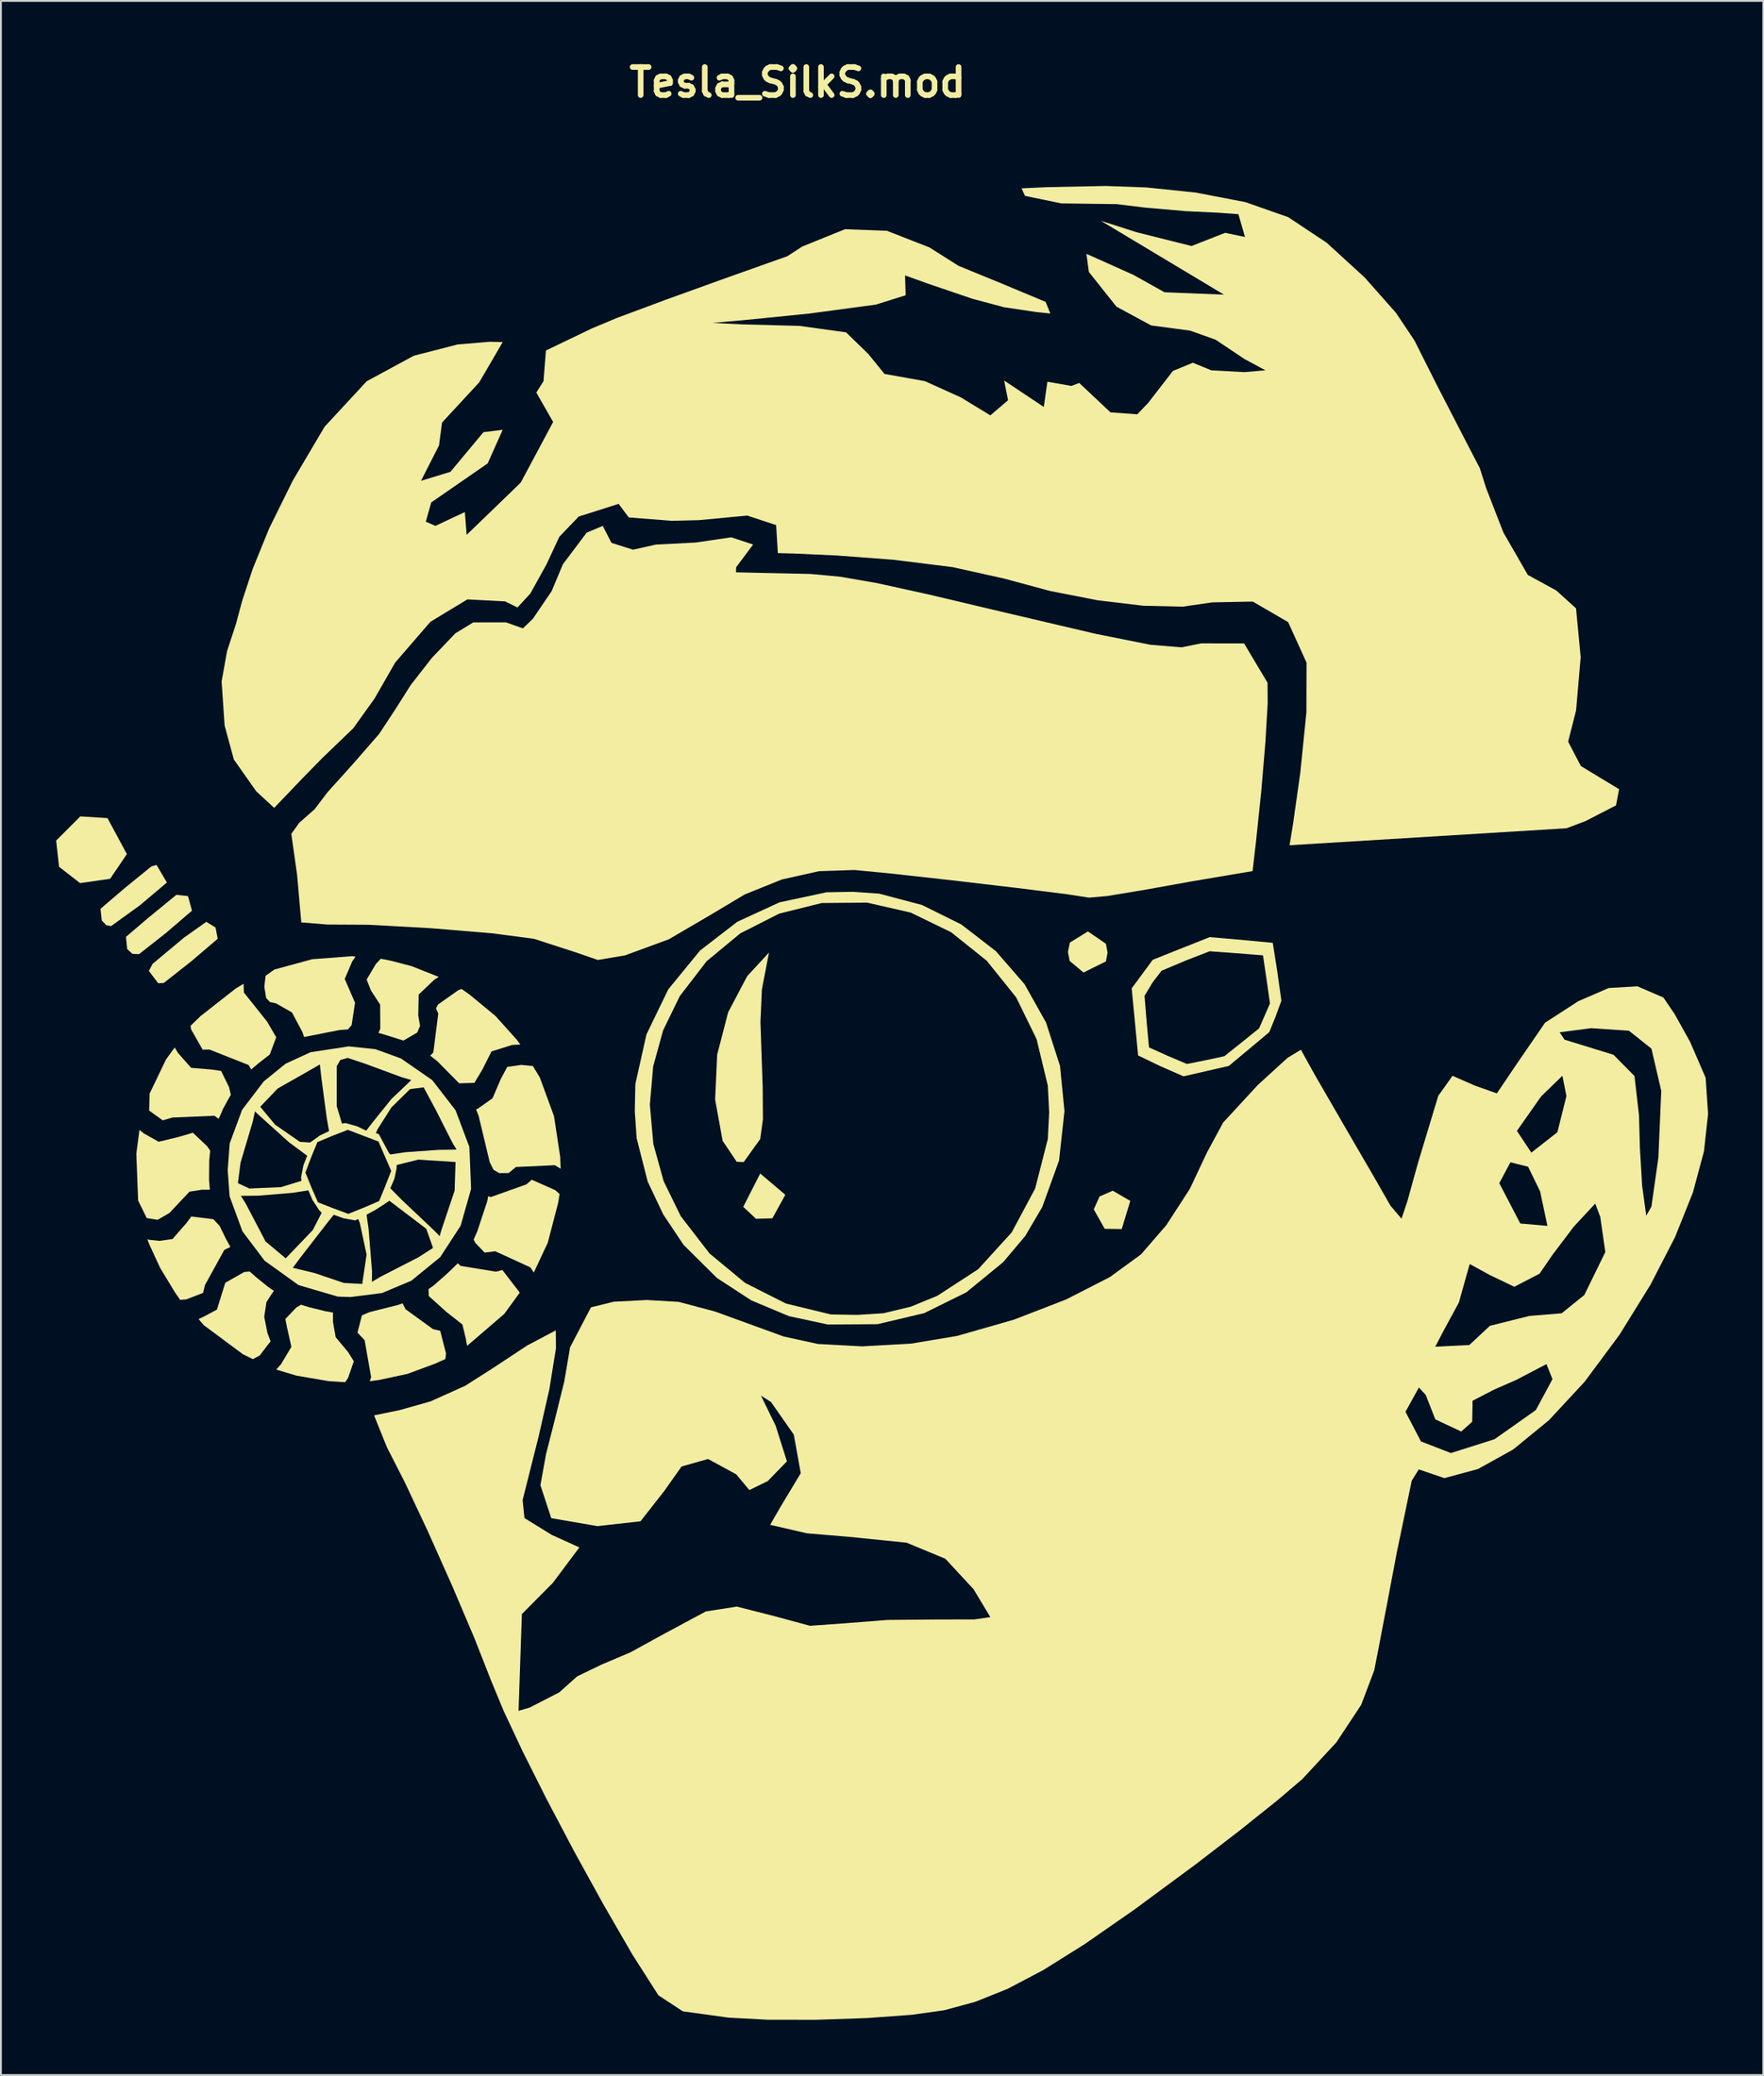
<source format=kicad_pcb>
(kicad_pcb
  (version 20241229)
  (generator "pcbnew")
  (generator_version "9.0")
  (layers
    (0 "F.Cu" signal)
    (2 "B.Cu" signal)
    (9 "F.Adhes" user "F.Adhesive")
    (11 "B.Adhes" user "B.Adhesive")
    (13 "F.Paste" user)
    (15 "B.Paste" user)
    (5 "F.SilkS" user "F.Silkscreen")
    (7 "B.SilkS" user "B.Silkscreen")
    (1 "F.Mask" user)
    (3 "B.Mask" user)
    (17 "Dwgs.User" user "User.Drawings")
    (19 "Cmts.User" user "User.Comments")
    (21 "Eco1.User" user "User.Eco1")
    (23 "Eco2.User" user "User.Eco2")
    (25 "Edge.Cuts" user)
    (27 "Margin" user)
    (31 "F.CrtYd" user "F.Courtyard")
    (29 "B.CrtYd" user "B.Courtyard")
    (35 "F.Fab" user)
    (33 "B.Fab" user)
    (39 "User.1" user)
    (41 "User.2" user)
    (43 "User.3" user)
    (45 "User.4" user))
  (footprint "Tesla_SilkS.mod"
    (layer "F.Cu")
    (at 40.282 55.669)
    (property "Reference" "Tesla_SilkS.mod" (at 0 -54.242 0) (layer "F.SilkS") (effects (font (size 1.524 1.524) (thickness 0.305))))
    (attr smd)
    (fp_poly (pts (xy -2.26 7.501) (xy -2.953 6.85) (xy -2.032 5.04) (xy -0.667 6.196) (xy -1.369 7.473) (xy -2.26 7.501)) (stroke (width 0) (type solid)) (fill yes) (layer "F.SilkS"))
    (fp_poly (pts (xy -38.981 -10.738) (xy -40.123 -11.624) (xy -40.282 -13.048) (xy -38.969 -14.362) (xy -37.493 -14.27) (xy -36.439 -12.314) (xy -37.349 -10.973) (xy -38.981 -10.738)) (stroke (width 0) (type solid)) (fill yes) (layer "F.SilkS"))
    (fp_poly (pts (xy 16.685 8.046) (xy 16.09 6.989) (xy 16.403 6.288) (xy 17.121 5.974) (xy 18.074 6.529) (xy 17.609 8.058) (xy 16.685 8.046) (xy 16.685 8.046)) (stroke (width 0) (type solid)) (fill yes) (layer "F.SilkS"))
    (fp_poly (pts (xy 15.533 -5.881) (xy 14.781 -6.508) (xy 14.686 -6.996) (xy 14.792 -7.508) (xy 15.774 -8.113) (xy 16.751 -7.441) (xy 16.838 -6.962) (xy 16.751 -6.485) (xy 15.533 -5.881)) (stroke (width 0) (type solid)) (fill yes) (layer "F.SilkS"))
    (fp_poly (pts (xy -37.562 -8.453) (xy -37.804 -8.712) (xy -37.871 -9.343) (xy -36.552 -10.471) (xy -35.109 -11.644) (xy -34.828 -11.725) (xy -34.265 -10.771) (xy -35.725 -9.537) (xy -37.294 -8.404) (xy -37.562 -8.453)) (stroke (width 0) (type solid)) (fill yes) (layer "F.SilkS"))
    (fp_poly (pts (xy -36.134 -6.894) (xy -36.422 -7.152) (xy -36.489 -7.817) (xy -35.284 -8.846) (xy -33.75 -10.1) (xy -33.119 -10.033) (xy -32.902 -9.242) (xy -34.329 -8.017) (xy -35.78 -6.878) (xy -36.134 -6.894)) (stroke (width 0) (type solid)) (fill yes) (layer "F.SilkS"))
    (fp_poly (pts (xy -34.737 -5.298) (xy -35.244 -5.967) (xy -35.045 -6.348) (xy -33.34 -7.772) (xy -32.125 -8.634) (xy -31.623 -8.326) (xy -31.504 -7.715) (xy -32.939 -6.491) (xy -34.437 -5.311) (xy -34.737 -5.298) (xy -34.737 -5.298)) (stroke (width 0) (type solid)) (fill yes) (layer "F.SilkS"))
    (fp_poly (pts (xy -29.823 -0.853) (xy -31.95 -1.694) (xy -32.326 -1.694) (xy -32.953 -2.796) (xy -32.979 -2.987) (xy -32.425 -3.522) (xy -30.534 -5.006) (xy -30.098 -5.269) (xy -30.083 -4.796) (xy -28.824 -3.216) (xy -28.325 -2.362) (xy -28.676 -1.428) (xy -29.286 -0.949) (xy -29.687 -0.612) (xy -29.823 -0.853)) (stroke (width 0) (type solid)) (fill yes) (layer "F.SilkS"))
    (fp_poly (pts (xy -18.03 13.991) (xy -18.21 13.243) (xy -19.075 12.563) (xy -20.039 11.697) (xy -20.051 11.32) (xy -19.786 11.135) (xy -18.991 10.435) (xy -18.463 9.919) (xy -18.301 10.061) (xy -16.385 10.375) (xy -16.04 10.282) (xy -15.093 11.511) (xy -15.94 12.672) (xy -17.955 14.402) (xy -18.03 13.991) (xy -18.03 13.991)) (stroke (width 0) (type solid)) (fill yes) (layer "F.SilkS"))
    (fp_poly (pts (xy -3.307 4.403) (xy -4.074 3.263) (xy -4.481 1.021) (xy -4.369 -1.423) (xy -3.773 -3.719) (xy -2.74 -5.68) (xy -1.553 -6.967) (xy -1.617 -6.644) (xy -1.939 -4.969) (xy -2.019 -3.195) (xy -1.896 0.349) (xy -1.884 2.102) (xy -2.032 3.17) (xy -2.929 4.419) (xy -3.307 4.403) (xy -3.307 4.403)) (stroke (width 0) (type solid)) (fill yes) (layer "F.SilkS"))
    (fp_poly (pts (xy -23.169 16.105) (xy -23.522 14.101) (xy -23.91 13.682) (xy -23.669 12.745) (xy -23.256 12.571) (xy -21.693 12.176) (xy -21.459 12.092) (xy -21.303 12.411) (xy -19.809 13.495) (xy -19.416 13.587) (xy -19.101 14.818) (xy -19.133 15.119) (xy -19.695 15.371) (xy -21.197 15.927) (xy -22.749 16.259) (xy -23.246 16.325) (xy -23.169 16.105)) (stroke (width 0) (type solid)) (fill yes) (layer "F.SilkS"))
    (fp_poly (pts (xy -14.517 10.141) (xy -16.426 9.264) (xy -17.003 9.336) (xy -17.509 8.809) (xy -17.6 8.632) (xy -17.4 8.176) (xy -16.865 6.56) (xy -16.809 6.277) (xy -16.665 6.318) (xy -14.731 5.629) (xy -14.441 5.379) (xy -13.164 5.946) (xy -12.93 6.155) (xy -13.009 6.638) (xy -13.573 8.8) (xy -14.332 10.42) (xy -14.517 10.141)) (stroke (width 0) (type solid)) (fill yes) (layer "F.SilkS"))
    (fp_poly (pts (xy -34.489 2.152) (xy -35.229 1.62) (xy -35.204 0.698) (xy -34.31 -1.162) (xy -33.841 -1.808) (xy -33.666 -1.516) (xy -32.95 -0.702) (xy -31.829 -0.608) (xy -31.321 -0.533) (xy -30.89 0.343) (xy -30.792 0.764) (xy -31.004 1.138) (xy -31.216 1.53) (xy -31.335 1.81) (xy -31.455 2.07) (xy -31.684 1.902) (xy -33.962 1.998) (xy -34.489 2.152)) (stroke (width 0) (type solid)) (fill yes) (layer "F.SilkS"))
    (fp_poly (pts (xy -18.388 0.139) (xy -19.582 -1.068) (xy -19.955 -1.361) (xy -19.789 -1.544) (xy -19.522 -3.652) (xy -19.645 -3.926) (xy -19.544 -4.135) (xy -18.428 -4.925) (xy -18.254 -4.986) (xy -17.825 -4.684) (xy -16.41 -3.515) (xy -15.25 -2.222) (xy -15.061 -1.969) (xy -15.513 -1.943) (xy -16.63 -1.593) (xy -17.124 -0.611) (xy -17.559 0.116) (xy -18.388 0.139)) (stroke (width 0) (type solid)) (fill yes) (layer "F.SilkS"))
    (fp_poly (pts (xy -35.359 7.462) (xy -35.828 6.509) (xy -35.926 3.96) (xy -35.755 2.673) (xy -35.515 2.864) (xy -34.711 3.316) (xy -33.638 3.055) (xy -32.852 2.826) (xy -32.075 3.56) (xy -31.913 3.799) (xy -31.965 4.334) (xy -31.974 5.395) (xy -31.931 5.921) (xy -32.37 5.921) (xy -33.036 6.026) (xy -34.129 7.185) (xy -34.769 7.556) (xy -35.359 7.462) (xy -35.359 7.462)) (stroke (width 0) (type solid)) (fill yes) (layer "F.SilkS"))
    (fp_poly (pts (xy -33.828 11.496) (xy -34.632 10.169) (xy -35.226 8.88) (xy -35.326 8.609) (xy -35.22 8.642) (xy -34.665 8.7) (xy -33.96 8.599) (xy -33.204 7.733) (xy -32.938 7.376) (xy -31.74 7.523) (xy -31.399 7.89) (xy -31.058 8.59) (xy -30.815 9.029) (xy -31.147 9.193) (xy -32.198 11.102) (xy -32.299 11.526) (xy -33.218 11.881) (xy -33.546 11.904) (xy -33.828 11.496)) (stroke (width 0) (type solid)) (fill yes) (layer "F.SilkS"))
    (fp_poly (pts (xy -30.137 14.858) (xy -32.269 13.274) (xy -32.544 12.949) (xy -32.275 12.822) (xy -31.547 12.434) (xy -31.093 10.977) (xy -30.062 10.389) (xy -29.763 10.366) (xy -29.417 10.675) (xy -28.771 11.195) (xy -28.453 11.419) (xy -28.587 11.605) (xy -28.858 12.033) (xy -28.978 12.825) (xy -28.805 13.693) (xy -28.632 14.155) (xy -29.223 14.928) (xy -29.593 15.127) (xy -30.137 14.858)) (stroke (width 0) (type solid)) (fill yes) (layer "F.SilkS"))
    (fp_poly (pts (xy -26.897 -2.632) (xy -27.469 -3.71) (xy -28.34 -4.206) (xy -28.666 -4.277) (xy -28.873 -4.496) (xy -28.971 -5.107) (xy -28.903 -5.705) (xy -28.424 -6.043) (xy -26.371 -6.603) (xy -24.173 -6.77) (xy -24.02 -6.741) (xy -24.203 -6.472) (xy -24.603 -5.53) (xy -24.043 -4.238) (xy -24.229 -3.025) (xy -24.429 -2.79) (xy -24.881 -2.757) (xy -26.813 -2.377) (xy -26.897 -2.632)) (stroke (width 0) (type solid)) (fill yes) (layer "F.SilkS"))
    (fp_poly (pts (xy -21.988 -2.365) (xy -22.644 -2.567) (xy -22.77 -2.593) (xy -22.672 -2.835) (xy -22.68 -4.138) (xy -23.181 -4.907) (xy -23.413 -5.497) (xy -22.915 -6.34) (xy -22.645 -6.628) (xy -22.11 -6.524) (xy -20.986 -6.232) (xy -19.496 -5.643) (xy -19.739 -5.488) (xy -20.586 -4.684) (xy -20.609 -3.533) (xy -20.511 -2.985) (xy -20.664 -2.62) (xy -21.417 -2.183) (xy -21.988 -2.365) (xy -21.988 -2.365)) (stroke (width 0) (type solid)) (fill yes) (layer "F.SilkS"))
    (fp_poly (pts (xy -16.21 5.019) (xy -16.522 4.835) (xy -16.727 4.424) (xy -17.33 1.901) (xy -17.466 1.561) (xy -17.339 1.494) (xy -16.575 0.952) (xy -16.127 -0.09) (xy -15.775 -0.75) (xy -15.02 -0.86) (xy -14.38 -0.798) (xy -14.005 -0.177) (xy -13.234 1.923) (xy -12.9 4.121) (xy -12.873 4.78) (xy -13.187 4.588) (xy -15.301 4.686) (xy -15.698 5.014) (xy -16.21 5.019) (xy -16.21 5.019)) (stroke (width 0) (type solid)) (fill yes) (layer "F.SilkS"))
    (fp_poly (pts (xy -25.479 16.322) (xy -27.225 16.022) (xy -28.323 15.693) (xy -28.068 15.405) (xy -27.502 14.457) (xy -27.735 13.419) (xy -27.831 12.945) (xy -27.234 12.321) (xy -26.98 12.168) (xy -26.526 12.308) (xy -25.656 12.522) (xy -25.241 12.596) (xy -25.241 13.112) (xy -25.095 13.935) (xy -24.422 14.74) (xy -24.11 15.241) (xy -24.417 16.13) (xy -24.57 16.372) (xy -24.813 16.366) (xy -25.479 16.322) (xy -25.479 16.322)) (stroke (width 0) (type solid)) (fill yes) (layer "F.SilkS"))
    (fp_poly (pts (xy 19.691 -0.8) (xy 19.089 -1.813) (xy 20.084 -1.363) (xy 21.149 -0.911) (xy 22.204 -1.122) (xy 23.188 -1.334) (xy 24.13 -2.089) (xy 25.071 -2.845) (xy 25.367 -3.522) (xy 25.662 -4.199) (xy 25.478 -5.499) (xy 25.284 -6.812) (xy 23.829 -6.93) (xy 22.385 -7.035) (xy 21.1 -6.536) (xy 19.774 -5.978) (xy 19.289 -5.347) (xy 18.847 -4.613) (xy 18.969 -3.132) (xy 19.089 -1.813) (xy 19.691 -0.8) (xy 18.499 -1.374) (xy 18.325 -3.196) (xy 18.15 -5.018) (xy 18.721 -5.794) (xy 19.292 -6.571) (xy 20.838 -7.187) (xy 22.385 -7.803) (xy 24.091 -7.656) (xy 25.814 -7.492) (xy 26.056 -5.964) (xy 26.283 -4.352) (xy 25.954 -3.447) (xy 25.623 -2.64) (xy 24.56 -1.75) (xy 23.425 -0.804) (xy 20.965 -0.241) (xy 19.691 -0.8)) (stroke (width 0) (type solid)) (fill yes) (layer "F.SilkS"))
    (fp_poly (pts (xy 1.64 13.244) (xy -0.628 12.107) (xy 1.802 12.696) (xy 3.243 12.722) (xy 4.663 12.632) (xy 4.662 12.632) (xy 6.16 12.272) (xy 7.592 11.683) (xy 9.813 10.238) (xy 11.63 8.241) (xy 12.906 5.856) (xy 13.593 3.17) (xy 13.667 1.718) (xy 13.593 0.263) (xy 12.984 -2.261) (xy 11.873 -4.532) (xy 10.272 -6.524) (xy 8.34 -8.07) (xy 6.143 -9.137) (xy 3.776 -9.678) (xy 1.308 -9.656) (xy -1.002 -9.08) (xy -3.115 -8.007) (xy -4.943 -6.494) (xy -6.401 -4.598) (xy -7.306 -2.739) (xy -7.847 -0.776) (xy -8.027 1.301) (xy -7.838 3.433) (xy -7.277 5.458) (xy -6.35 7.355) (xy -4.787 9.382) (xy -2.852 10.984) (xy -0.628 12.107) (xy 1.64 13.244) (xy -0.474 12.789) (xy -2.516 11.932) (xy -4.382 10.716) (xy -6.198 8.914) (xy -7.303 7.258) (xy -8.144 5.48) (xy -8.744 3.124) (xy -8.845 1.653) (xy -8.814 0.18) (xy -8.211 -2.519) (xy -7.026 -4.966) (xy -5.299 -7.076) (xy -3.28 -8.635) (xy -0.983 -9.693) (xy 1.571 -10.24) (xy 2.997 -10.266) (xy 4.429 -10.166) (xy 6.759 -9.549) (xy 8.894 -8.491) (xy 10.772 -7.041) (xy 12.327 -5.249) (xy 13.497 -3.164) (xy 14.257 -0.803) (xy 14.498 1.647) (xy 14.205 4.332) (xy 13.291 6.861) (xy 12.366 8.437) (xy 11.17 9.854) (xy 9.171 11.493) (xy 6.876 12.627) (xy 4.341 13.227) (xy 1.64 13.244) (xy 1.64 13.244)) (stroke (width 0) (type solid)) (fill yes) (layer "F.SilkS"))
    (fp_poly (pts (xy -12.105 -6.993) (xy -14.32 -7.71) (xy -16.579 -8.009) (xy -19.941 -8.289) (xy -23.296 -8.474) (xy -25.533 -8.487) (xy -26.964 -8.603) (xy -27.19 -11.179) (xy -27.506 -13.413) (xy -27.079 -14.011) (xy -26.242 -14.749) (xy -25.538 -15.676) (xy -24.212 -17.148) (xy -22.738 -18.838) (xy -21.845 -20.194) (xy -21.019 -21.5) (xy -19.868 -22.976) (xy -18.594 -24.309) (xy -17.624 -24.903) (xy -15.844 -24.905) (xy -14.925 -24.579) (xy -14.386 -25.095) (xy -13.364 -26.599) (xy -12.751 -28.062) (xy -11.463 -29.775) (xy -10.587 -30.146) (xy -10.111 -29.223) (xy -8.938 -28.854) (xy -7.701 -29.131) (xy -5.529 -29.243) (xy -3.606 -29.526) (xy -2.418 -29.134) (xy -3.342 -27.895) (xy -3.347 -27.624) (xy -1.01 -27.572) (xy 0.699 -27.535) (xy 2.312 -27.385) (xy 4.287 -27.043) (xy 7.081 -26.429) (xy 11.151 -25.465) (xy 16.155 -24.291) (xy 19.161 -23.688) (xy 20.856 -23.548) (xy 21.925 -23.763) (xy 24.258 -23.759) (xy 25.53 -21.624) (xy 25.538 -20.513) (xy 25.416 -18.415) (xy 25.193 -15.761) (xy 24.902 -12.981) (xy 24.718 -11.391) (xy 23.286 -11.149) (xy 21.416 -10.834) (xy 18.929 -10.386) (xy 16.813 -10.035) (xy 15.836 -9.949) (xy 14.645 -10.132) (xy 11.88 -10.479) (xy 8.436 -10.884) (xy 5.209 -11.244) (xy 3.092 -11.451) (xy 1.163 -11.386) (xy -0.858 -10.934) (xy -2.864 -10.127) (xy -4.749 -9.001) (xy -6.997 -7.685) (xy -9.374 -6.812) (xy -10.854 -6.562) (xy -12.105 -6.993)) (stroke (width 0) (type solid)) (fill yes) (layer "F.SilkS"))
    (fp_poly (pts (xy -24.987 11.726) (xy -23.653 11.04) (xy -23.416 9.447) (xy -23.786 7.713) (xy -23.875 7.512) (xy -24.035 7.588) (xy -24.671 7.473) (xy -25.199 7.282) (xy -25.471 7.617) (xy -26.988 9.576) (xy -27.426 10.161) (xy -26.235 10.451) (xy -24.641 10.989) (xy -23.653 11.04) (xy -24.987 11.726) (xy -23.128 10.928) (xy -22.671 10.655) (xy -22.671 10.655) (xy -20.603 9.594) (xy -19.806 9.083) (xy -20.173 8.043) (xy -22.179 6.519) (xy -22.358 6.645) (xy -22.916 7.004) (xy -23.418 7.279) (xy -23.306 8.067) (xy -23.12 10.362) (xy -23.128 10.928) (xy -24.987 11.726) (xy -27.109 11.104) (xy -27.811 9.649) (xy -26.339 8.113) (xy -25.856 7.172) (xy -25.993 7.032) (xy -26.358 6.474) (xy -26.579 5.955) (xy -27.46 6.092) (xy -29.29 6.243) (xy -30.247 6.254) (xy -29.995 6.651) (xy -28.903 8.733) (xy -27.811 9.649) (xy -27.109 11.104) (xy -28.957 9.778) (xy -30.159 8.184) (xy -30.406 5.565) (xy -29.786 5.856) (xy -28.067 5.78) (xy -26.955 5.439) (xy -26.977 5.244) (xy -26.845 4.586) (xy -26.643 4.075) (xy -26.749 3.996) (xy -27.617 3.354) (xy -29.319 1.821) (xy -29.481 1.66) (xy -29.596 2.202) (xy -30.265 4.456) (xy -30.406 5.565) (xy -30.159 8.184) (xy -30.859 6.276) (xy -26.399 5.83) (xy -26.057 6.607) (xy -25.257 6.918) (xy -24.41 7.233) (xy -23.549 6.886) (xy -22.733 6.536) (xy -22.407 5.736) (xy -22.079 4.898) (xy -22.771 3.302) (xy -24.433 2.668) (xy -25.297 3.002) (xy -26.091 3.337) (xy -26.416 4.131) (xy -26.74 4.989) (xy -26.399 5.83) (xy -30.859 6.276) (xy -30.961 4.86) (xy -30.854 3.406) (xy -30.179 1.58) (xy -28.244 0.421) (xy -29.194 1.413) (xy -28.389 2.384) (xy -27.043 3.319) (xy -26.485 3.355) (xy -25.963 2.98) (xy -25.456 2.736) (xy -25.582 2.015) (xy -25.88 -0.227) (xy -25.954 -0.885) (xy -26.461 -0.592) (xy -28.244 0.421) (xy -30.179 1.58) (xy -29.004 0.037) (xy -27.816 -0.926) (xy -24.442 -1.242) (xy -24.842 -1.129) (xy -25.039 -0.788) (xy -25.039 1.376) (xy -24.755 2.323) (xy -24.56 2.298) (xy -23.926 2.478) (xy -23.435 2.712) (xy -23.093 2.264) (xy -23.092 2.264) (xy -22.068 0.993) (xy -21.19 0.157) (xy -20.988 -0.039) (xy -21.514 -0.194) (xy -23.514 -0.931) (xy -24.442 -1.242) (xy -27.816 -0.926) (xy -26.458 -1.551) (xy -24.387 -1.867) (xy -22.937 -1.715) (xy -20.316 0.359) (xy -21.056 0.455) (xy -22.071 1.454) (xy -22.832 2.654) (xy -22.908 2.848) (xy -22.749 2.905) (xy -22.214 3.902) (xy -22.136 4.006) (xy -21.293 3.881) (xy -21.293 3.881) (xy -19.507 3.755) (xy -18.527 3.741) (xy -18.754 3.365) (xy -19.68 1.538) (xy -20.316 0.359) (xy -22.937 -1.715) (xy -21.549 -1.21) (xy -19.848 -0.033) (xy -18.583 1.603) (xy -17.832 3.598) (xy -19.359 8.136) (xy -18.633 5.971) (xy -18.584 4.416) (xy -20.604 4.285) (xy -21.782 4.579) (xy -21.789 4.773) (xy -21.903 5.324) (xy -22.129 5.84) (xy -21.49 6.486) (xy -19.727 8.153) (xy -19.446 8.446) (xy -19.359 8.136) (xy -19.359 8.136) (xy -17.832 3.598) (xy -17.739 5.875) (xy -18.306 7.878) (xy -19.417 9.584) (xy -20.988 10.867) (xy -22.586 11.536) (xy -24.295 11.75) (xy -24.987 11.726)) (stroke (width 0) (type solid)) (fill yes) (layer "F.SilkS"))
    (fp_poly (pts (xy -28.436 -14.825) (xy -26.914 -16.417) (xy -25.825 -17.531) (xy -24.142 -19.148) (xy -22.991 -20.754) (xy -21.861 -22.723) (xy -19.946 -24.938) (xy -17.939 -26.153) (xy -15.894 -26.046) (xy -15.216 -25.715) (xy -14.519 -26.473) (xy -13.648 -28.045) (xy -12.944 -29.556) (xy -11.894 -30.652) (xy -9.725 -31.344) (xy -9.172 -30.606) (xy -6.818 -30.421) (xy -5.358 -30.459) (xy -2.734 -30.707) (xy -1.166 -30.19) (xy -1.074 -28.668) (xy -0.176 -28.643) (xy 2.112 -28.539) (xy 5.18 -28.309) (xy 8.421 -27.906) (xy 11.223 -27.283) (xy 13.719 -26.609) (xy 16.306 -26.104) (xy 18.775 -25.808) (xy 20.918 -25.758) (xy 22.528 -25.991) (xy 24.728 -26.034) (xy 26.65 -24.918) (xy 27.65 -22.715) (xy 27.642 -20.017) (xy 27.31 -16.734) (xy 26.917 -13.962) (xy 26.727 -12.795) (xy 41.77 -13.718) (xy 42.798 -14.104) (xy 44.463 -14.962) (xy 44.631 -15.84) (xy 42.554 -17.097) (xy 41.862 -18.424) (xy 42.293 -20.123) (xy 42.543 -23.015) (xy 42.29 -25.666) (xy 41.216 -26.637) (xy 39.672 -27.481) (xy 38.344 -29.787) (xy 37.414 -32.179) (xy 37.063 -33.282) (xy 36.301 -34.75) (xy 34.748 -37.762) (xy 33.507 -40.23) (xy 32.505 -41.725) (xy 30.803 -43.648) (xy 28.739 -45.534) (xy 26.655 -46.919) (xy 24.339 -47.734) (xy 21.634 -48.256) (xy 18.96 -48.534) (xy 16.736 -48.615) (xy 13.522 -48.55) (xy 12.168 -48.485) (xy 12.352 -48.077) (xy 14.322 -47.669) (xy 17.336 -47.628) (xy 18.857 -47.441) (xy 21.108 -47.245) (xy 22.846 -47.163) (xy 23.947 -47.082) (xy 24.306 -45.842) (xy 23.229 -46.07) (xy 21.402 -45.353) (xy 18.424 -46.099) (xy 16.475 -46.723) (xy 23.164 -42.71) (xy 19.934 -42.84) (xy 18.241 -43.786) (xy 15.692 -44.928) (xy 15.822 -43.945) (xy 17.323 -42.057) (xy 19.208 -41.037) (xy 21.337 -40.752) (xy 22.707 -40.263) (xy 24.281 -39.21) (xy 25.415 -38.599) (xy 24.277 -38.501) (xy 22.479 -38.599) (xy 21.471 -39.01) (xy 20.39 -38.566) (xy 19.053 -36.837) (xy 18.453 -36.209) (xy 16.997 -36.315) (xy 15.3 -37.913) (xy 14.876 -37.75) (xy 13.571 -37.979) (xy 13.375 -36.608) (xy 11.222 -38.044) (xy 11.434 -36.975) (xy 10.471 -36.151) (xy 8.865 -37.13) (xy 6.915 -38.011) (xy 4.721 -38.403) (xy 3.848 -39.479) (xy 2.633 -40.662) (xy 0.096 -41.013) (xy -3.028 -41.095) (xy -4.635 -41.176) (xy -2.989 -41.319) (xy 0.63 -41.682) (xy 4.243 -42.167) (xy 5.871 -42.677) (xy 5.838 -43.754) (xy 7.067 -43.313) (xy 9.493 -42.487) (xy 11.222 -42.024) (xy 12.984 -41.763) (xy 13.73 -41.686) (xy 13.473 -42.318) (xy 11.071 -43.321) (xy 8.742 -44.276) (xy 7.158 -45.278) (xy 4.856 -46.178) (xy 2.576 -46.266) (xy 0.251 -45.324) (xy -0.557 -44.798) (xy -1.594 -44.431) (xy -4.092 -43.542) (xy -7.132 -42.444) (xy -9.795 -41.453) (xy -11.161 -40.882) (xy -13.673 -39.675) (xy -13.804 -38.011) (xy -14.195 -37.391) (xy -13.281 -35.793) (xy -15.043 -32.497) (xy -17.98 -29.659) (xy -18.078 -30.898) (xy -19.677 -30.148) (xy -20.199 -30.376) (xy -19.905 -31.42) (xy -16.838 -33.541) (xy -16.022 -35.368) (xy -17.066 -35.238) (xy -18.861 -33.084) (xy -20.46 -32.595) (xy -19.481 -34.52) (xy -19.318 -35.76) (xy -17.295 -37.946) (xy -16.022 -40.132) (xy -16.709 -40.151) (xy -18.469 -40.005) (xy -20.852 -39.391) (xy -23.409 -38.005) (xy -25.691 -35.543) (xy -27.43 -32.601) (xy -28.709 -30.009) (xy -29.601 -27.817) (xy -30.176 -26.074) (xy -30.509 -24.83) (xy -30.998 -23.337) (xy -31.292 -21.697) (xy -31.13 -19.306) (xy -30.628 -17.455) (xy -29.411 -15.725) (xy -28.436 -14.825) (xy -28.436 -14.825)) (stroke (width 0) (type solid)) (fill yes) (layer "F.SilkS"))
    (fp_poly (pts (xy -3.755 50.902) (xy 33.754 16.667) (xy 33.024 17.986) (xy 33.867 19.598) (xy 35.494 20.228) (xy 37.864 19.476) (xy 40.108 17.891) (xy 41.01 16.214) (xy 40.684 15.394) (xy 39.041 16.254) (xy 37.807 16.796) (xy 36.67 17.387) (xy 36.649 18.526) (xy 36.054 19.059) (xy 34.646 18.398) (xy 34.122 17.065) (xy 33.754 16.667) (xy -3.755 50.902) (xy 36.513 9.957) (xy 35.925 12.051) (xy 35.125 13.525) (xy 34.641 14.45) (xy 36.491 14.359) (xy 37.609 13.316) (xy 39.748 12.78) (xy 41.51 12.634) (xy 42.741 11.64) (xy 43.881 9.307) (xy 43.607 7.395) (xy 43.333 6.675) (xy 42.172 7.922) (xy 41.01 9.459) (xy 40.309 10.482) (xy 38.938 11.194) (xy 37.617 10.561) (xy 36.513 9.957) (xy -3.755 50.902) (xy 38.726 4.431) (xy 38.121 5.565) (xy 39.261 7.755) (xy 40.737 7.886) (xy 40.338 6.009) (xy 39.687 4.672) (xy 38.726 4.431) (xy -3.755 50.902) (xy 41.401 -2.632) (xy 41.662 -2.233) (xy 44.325 -1.411) (xy 45.466 -0.256) (xy 45.71 1.865) (xy 45.761 3.676) (xy 45.883 5.714) (xy 46.105 7.331) (xy 46.387 6.839) (xy 46.765 4.167) (xy 46.92 0.547) (xy 46.387 -1.745) (xy 45.165 -2.716) (xy 43.107 -2.856) (xy 41.401 -2.632) (xy -3.755 50.902) (xy 40.393 0.851) (xy 39.078 2.724) (xy 39.863 3.905) (xy 41.278 2.796) (xy 41.769 0.829) (xy 41.549 -0.271) (xy 40.393 0.851) (xy -3.755 50.902) (xy -6.239 50.559) (xy -7.564 49.687) (xy -8.985 47.461) (xy -10.561 44.732) (xy -12.135 41.877) (xy -13.619 39.063) (xy -14.927 36.459) (xy -15.972 34.232) (xy -16.668 32.551) (xy -17.562 30.275) (xy -18.765 27.443) (xy -20.085 24.486) (xy -21.332 21.832) (xy -22.312 19.91) (xy -23.009 18.181) (xy -21.618 17.894) (xy -19.939 17.42) (xy -18.056 16.571) (xy -16.545 15.608) (xy -14.686 14.381) (xy -13.138 13.563) (xy -13.127 14.53) (xy -13.489 16.773) (xy -14.064 19.305) (xy -14.94 22.786) (xy -14.838 23.762) (xy -13.351 24.677) (xy -11.857 25.355) (xy -13.293 27.276) (xy -14.979 28.977) (xy -15.07 31.606) (xy -15.16 34.235) (xy -14.548 34.053) (xy -12.948 33.229) (xy -11.978 32.363) (xy -10.653 31.722) (xy -9.084 31.056) (xy -7.171 30.006) (xy -4.984 28.833) (xy -3.305 28.57) (xy -1.28 29.084) (xy 0.675 29.614) (xy 2.636 29.472) (xy 4.884 29.295) (xy 7.534 29.271) (xy 9.608 29.267) (xy 10.471 29.141) (xy 9.559 27.626) (xy 8.026 25.971) (xy 5.924 25.099) (xy 2.8 24.78) (xy 0.511 24.589) (xy -1.491 24.128) (xy -0.926 23.146) (xy 0.171 21.323) (xy -0.206 19.227) (xy -1.444 17.456) (xy -1.99 17.107) (xy -1.194 18.74) (xy -0.58 20.678) (xy -1.622 21.751) (xy -2.621 22.239) (xy -3.335 21.384) (xy -4.865 20.551) (xy -6.303 20.957) (xy -7.244 22.289) (xy -8.536 23.936) (xy -10.875 24.198) (xy -13.384 23.765) (xy -13.972 21.973) (xy -13.669 20.295) (xy -13.176 18.358) (xy -12.677 16.343) (xy -12.36 14.48) (xy -11.226 12.311) (xy -9.991 12.006) (xy -8.193 11.913) (xy -6.464 12.013) (xy -4.481 12.541) (xy -0.754 13.896) (xy 1.101 14.302) (xy 3.515 14.431) (xy 6.151 14.284) (xy 8.672 13.863) (xy 11.752 12.98) (xy 14.588 11.883) (xy 16.963 10.668) (xy 18.661 9.43) (xy 20.034 7.843) (xy 21.311 5.871) (xy 22.239 3.901) (xy 23.115 2.276) (xy 25.008 0.224) (xy 26.613 -1.241) (xy 27.344 -1.685) (xy 28.05 -0.406) (xy 29.597 2.271) (xy 31.25 5.114) (xy 32.209 6.788) (xy 32.808 7.495) (xy 33.124 6.558) (xy 33.695 4.495) (xy 34.804 0.825) (xy 35.58 -0.27) (xy 36.8 0.267) (xy 37.989 0.686) (xy 39.151 -1.034) (xy 40.609 -3.155) (xy 42.419 -4.326) (xy 44.063 -5.037) (xy 45.625 -5.13) (xy 47.037 -4.521) (xy 47.648 -3.622) (xy 48.488 -2.112) (xy 49.331 -0.164) (xy 49.464 1.803) (xy 49.241 3.835) (xy 48.637 6.08) (xy 47.663 8.508) (xy 46.33 11.091) (xy 44.65 13.803) (xy 42.759 16.353) (xy 40.82 18.442) (xy 38.875 20.034) (xy 36.966 21.095) (xy 35.137 21.59) (xy 33.746 21.116) (xy 33.364 21.731) (xy 32.562 25.585) (xy 32.041 28.329) (xy 31.598 30.643) (xy 31.329 32.028) (xy 30.618 33.908) (xy 29.269 35.948) (xy 27.419 37.943) (xy 26.049 39.11) (xy 23.965 40.776) (xy 21.619 42.579) (xy 18.319 45.015) (xy 15.605 46.903) (xy 13.345 48.319) (xy 11.407 49.339) (xy 9.659 50.041) (xy 7.968 50.501) (xy 6.19 50.75) (xy 3.733 50.928) (xy 0.992 51.021) (xy -1.636 51.017) (xy -3.755 50.902)) (stroke (width 0) (type solid)) (fill yes) (layer "F.SilkS")))
  (gr_rect
    (start -3 -3)
    (end 92.746 109.69)
    (stroke (width 0.1) (type default))
    (fill no)
    (layer "Edge.Cuts")))
</source>
